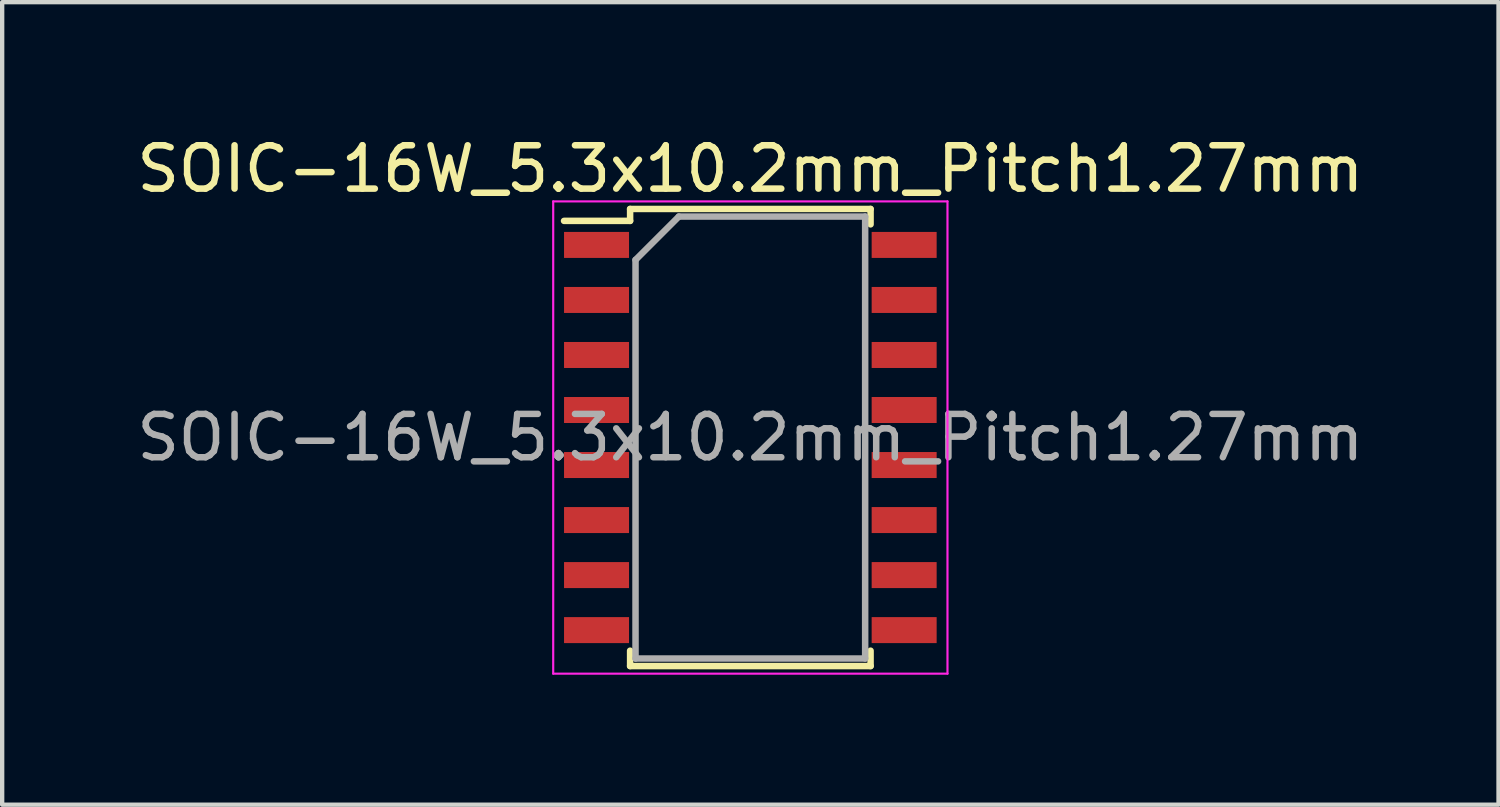
<source format=kicad_pcb>
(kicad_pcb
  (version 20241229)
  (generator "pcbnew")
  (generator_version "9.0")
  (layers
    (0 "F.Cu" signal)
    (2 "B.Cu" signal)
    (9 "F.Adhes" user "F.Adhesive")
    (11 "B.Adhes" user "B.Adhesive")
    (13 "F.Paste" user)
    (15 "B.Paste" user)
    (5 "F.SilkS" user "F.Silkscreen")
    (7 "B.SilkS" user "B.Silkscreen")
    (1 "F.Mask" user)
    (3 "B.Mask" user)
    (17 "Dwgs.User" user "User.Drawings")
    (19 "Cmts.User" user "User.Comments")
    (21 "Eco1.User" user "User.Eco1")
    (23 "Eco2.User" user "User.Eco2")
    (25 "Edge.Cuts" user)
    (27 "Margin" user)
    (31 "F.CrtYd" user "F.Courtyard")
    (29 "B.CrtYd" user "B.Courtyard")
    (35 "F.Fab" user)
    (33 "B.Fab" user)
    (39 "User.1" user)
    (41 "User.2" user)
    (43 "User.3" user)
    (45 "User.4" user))
  (footprint "SOIC-16W_5.3x10.2mm_Pitch1.27mm"
    (layer "F.Cu")
    (at 14.268 7.048)
    (property "Reference" "SOIC-16W_5.3x10.2mm_Pitch1.27mm" (at 0 -6.2 0) (layer "F.SilkS") (effects (font (size 1 1) (thickness 0.15))))
    (attr smd)
    (fp_line (start -2.775 -5.275) (end -2.775 -5) (stroke (width 0.15) (type solid)) (layer "F.SilkS"))
    (fp_line (start -2.775 -5.275) (end 2.775 -5.275) (stroke (width 0.15) (type solid)) (layer "F.SilkS"))
    (fp_line (start -2.775 -5) (end -4.3 -5) (stroke (width 0.15) (type solid)) (layer "F.SilkS"))
    (fp_line (start -2.775 5.275) (end -2.775 4.92) (stroke (width 0.15) (type solid)) (layer "F.SilkS"))
    (fp_line (start -2.775 5.275) (end 2.775 5.275) (stroke (width 0.15) (type solid)) (layer "F.SilkS"))
    (fp_line (start 2.775 -5.275) (end 2.775 -4.92) (stroke (width 0.15) (type solid)) (layer "F.SilkS"))
    (fp_line (start 2.775 5.275) (end 2.775 4.92) (stroke (width 0.15) (type solid)) (layer "F.SilkS"))
    (fp_line (start -4.55 -5.45) (end -4.55 5.45) (stroke (width 0.05) (type solid)) (layer "F.CrtYd"))
    (fp_line (start -4.55 -5.45) (end 4.55 -5.45) (stroke (width 0.05) (type solid)) (layer "F.CrtYd"))
    (fp_line (start -4.55 5.45) (end 4.55 5.45) (stroke (width 0.05) (type solid)) (layer "F.CrtYd"))
    (fp_line (start 4.55 -5.45) (end 4.55 5.45) (stroke (width 0.05) (type solid)) (layer "F.CrtYd"))
    (fp_line (start -2.65 -4.1) (end -1.65 -5.1) (stroke (width 0.15) (type solid)) (layer "F.Fab"))
    (fp_line (start -2.65 5.1) (end -2.65 -4.1) (stroke (width 0.15) (type solid)) (layer "F.Fab"))
    (fp_line (start -1.65 -5.1) (end 2.65 -5.1) (stroke (width 0.15) (type solid)) (layer "F.Fab"))
    (fp_line (start 2.65 -5.1) (end 2.65 5.1) (stroke (width 0.15) (type solid)) (layer "F.Fab"))
    (fp_line (start 2.65 5.1) (end -2.65 5.1) (stroke (width 0.15) (type solid)) (layer "F.Fab"))
    (fp_text user "${REFERENCE}" (at 0 0 0) (layer "F.Fab") (effects (font (size 1 1) (thickness 0.15))))
    (pad "1" smd rect (at -3.55 -4.445) (size 1.5 0.6) (layers "F.Cu" "F.Mask" "F.Paste"))
    (pad "2" smd rect (at -3.55 -3.175) (size 1.5 0.6) (layers "F.Cu" "F.Mask" "F.Paste"))
    (pad "3" smd rect (at -3.55 -1.905) (size 1.5 0.6) (layers "F.Cu" "F.Mask" "F.Paste"))
    (pad "4" smd rect (at -3.55 -0.635) (size 1.5 0.6) (layers "F.Cu" "F.Mask" "F.Paste"))
    (pad "5" smd rect (at -3.55 0.635) (size 1.5 0.6) (layers "F.Cu" "F.Mask" "F.Paste"))
    (pad "6" smd rect (at -3.55 1.905) (size 1.5 0.6) (layers "F.Cu" "F.Mask" "F.Paste"))
    (pad "7" smd rect (at -3.55 3.175) (size 1.5 0.6) (layers "F.Cu" "F.Mask" "F.Paste"))
    (pad "8" smd rect (at -3.55 4.445) (size 1.5 0.6) (layers "F.Cu" "F.Mask" "F.Paste"))
    (pad "9" smd rect (at 3.55 4.445) (size 1.5 0.6) (layers "F.Cu" "F.Mask" "F.Paste"))
    (pad "10" smd rect (at 3.55 3.175) (size 1.5 0.6) (layers "F.Cu" "F.Mask" "F.Paste"))
    (pad "11" smd rect (at 3.55 1.905) (size 1.5 0.6) (layers "F.Cu" "F.Mask" "F.Paste"))
    (pad "12" smd rect (at 3.55 0.635) (size 1.5 0.6) (layers "F.Cu" "F.Mask" "F.Paste"))
    (pad "13" smd rect (at 3.55 -0.635) (size 1.5 0.6) (layers "F.Cu" "F.Mask" "F.Paste"))
    (pad "14" smd rect (at 3.55 -1.905) (size 1.5 0.6) (layers "F.Cu" "F.Mask" "F.Paste"))
    (pad "15" smd rect (at 3.55 -3.175) (size 1.5 0.6) (layers "F.Cu" "F.Mask" "F.Paste"))
    (pad "16" smd rect (at 3.55 -4.445) (size 1.5 0.6) (layers "F.Cu" "F.Mask" "F.Paste")))
  (gr_rect
    (start -3 -3)
    (end 31.536 15.523)
    (stroke (width 0.1) (type default))
    (fill no)
    (layer "Edge.Cuts")))
</source>
